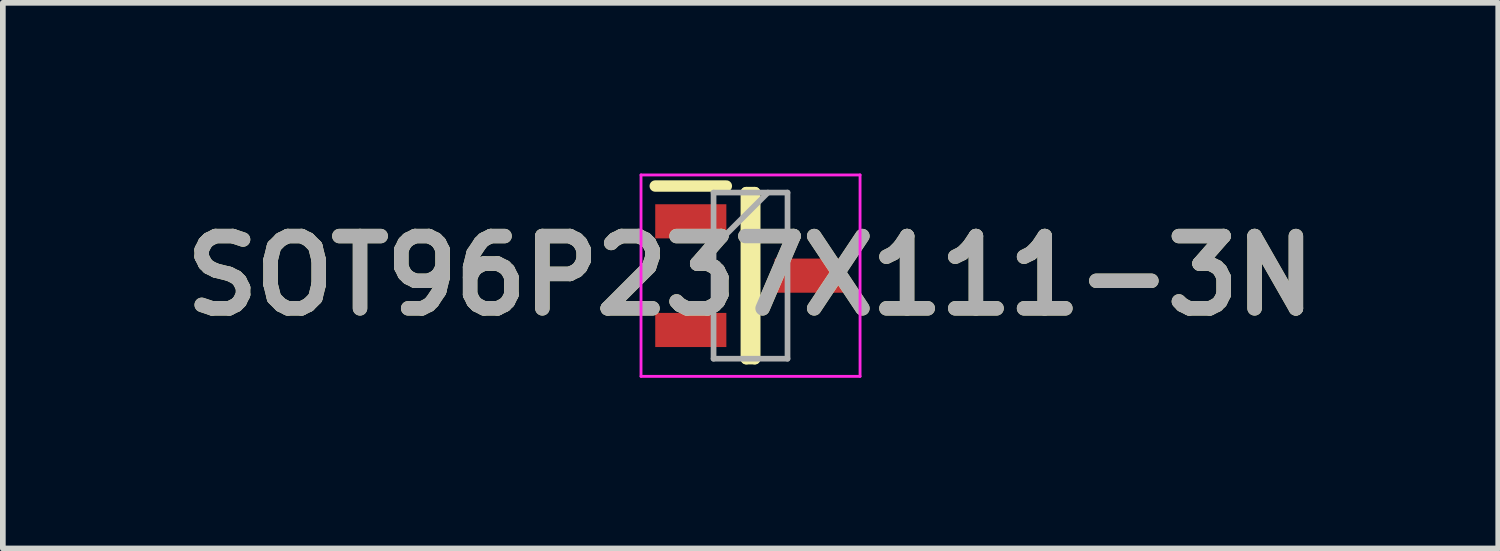
<source format=kicad_pcb>
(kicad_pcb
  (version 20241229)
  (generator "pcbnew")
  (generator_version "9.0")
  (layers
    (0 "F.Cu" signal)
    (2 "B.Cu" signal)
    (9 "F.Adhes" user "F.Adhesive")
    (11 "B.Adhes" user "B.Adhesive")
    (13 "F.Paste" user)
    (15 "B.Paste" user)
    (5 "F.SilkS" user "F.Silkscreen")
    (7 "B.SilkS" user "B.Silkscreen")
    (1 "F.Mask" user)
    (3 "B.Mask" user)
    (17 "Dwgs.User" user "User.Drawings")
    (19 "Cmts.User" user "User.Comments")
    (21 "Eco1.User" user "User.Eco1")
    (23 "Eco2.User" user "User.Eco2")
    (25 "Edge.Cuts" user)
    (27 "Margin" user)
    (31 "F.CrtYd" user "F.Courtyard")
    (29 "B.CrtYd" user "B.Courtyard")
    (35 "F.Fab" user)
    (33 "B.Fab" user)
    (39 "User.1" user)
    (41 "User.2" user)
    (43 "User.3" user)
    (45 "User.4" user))
  (footprint "SOT96P237X111-3N"
    (layer "F.Cu")
    (at 10.142 1.795)
    (property "Reference" "SOT96P237X111-3N" (at 0 0 0) (layer "F.SilkS") (effects (font (size 1.27 1.27) (thickness 0.254))))
    (attr smd)
    (fp_line (start -1.675 -1.575) (end -0.425 -1.575) (stroke (width 0.2) (type solid)) (layer "F.SilkS"))
    (fp_line (start -0.075 -1.46) (end 0.075 -1.46) (stroke (width 0.2) (type solid)) (layer "F.SilkS"))
    (fp_line (start -0.075 1.46) (end -0.075 -1.46) (stroke (width 0.2) (type solid)) (layer "F.SilkS"))
    (fp_line (start 0.075 -1.46) (end 0.075 1.46) (stroke (width 0.2) (type solid)) (layer "F.SilkS"))
    (fp_line (start 0.075 1.46) (end -0.075 1.46) (stroke (width 0.2) (type solid)) (layer "F.SilkS"))
    (fp_line (start -1.925 -1.77) (end 1.925 -1.77) (stroke (width 0.05) (type solid)) (layer "F.CrtYd"))
    (fp_line (start -1.925 1.77) (end -1.925 -1.77) (stroke (width 0.05) (type solid)) (layer "F.CrtYd"))
    (fp_line (start 1.925 -1.77) (end 1.925 1.77) (stroke (width 0.05) (type solid)) (layer "F.CrtYd"))
    (fp_line (start 1.925 1.77) (end -1.925 1.77) (stroke (width 0.05) (type solid)) (layer "F.CrtYd"))
    (fp_line (start -0.65 -1.46) (end 0.65 -1.46) (stroke (width 0.1) (type solid)) (layer "F.Fab"))
    (fp_line (start -0.65 -0.505) (end 0.305 -1.46) (stroke (width 0.1) (type solid)) (layer "F.Fab"))
    (fp_line (start -0.65 1.46) (end -0.65 -1.46) (stroke (width 0.1) (type solid)) (layer "F.Fab"))
    (fp_line (start 0.65 -1.46) (end 0.65 1.46) (stroke (width 0.1) (type solid)) (layer "F.Fab"))
    (fp_line (start 0.65 1.46) (end -0.65 1.46) (stroke (width 0.1) (type solid)) (layer "F.Fab"))
    (fp_text user "${REFERENCE}" (at 0 0 0) (layer "F.Fab") (effects (font (size 1.27 1.27) (thickness 0.254))))
    (pad "1" smd rect (at -1.05 -0.955 90) (size 0.6 1.25) (layers "F.Cu" "F.Mask" "F.Paste"))
    (pad "2" smd rect (at -1.05 0.955 90) (size 0.6 1.25) (layers "F.Cu" "F.Mask" "F.Paste"))
    (pad "3" smd rect (at 1.05 0 90) (size 0.6 1.25) (layers "F.Cu" "F.Mask" "F.Paste"))
    (zone (net_name "") (layer "F.Cu") (name "keepout") (hatch edge 0.5) (connect_pads) (min_thickness 0.25) (filled_areas_thickness no) (keepout (tracks allowed) (vias allowed) (pads allowed) (copperpour not_allowed) (footprints allowed)) (placement (enabled no)) (fill) (polygon (pts (xy 8.217 0.02) (xy 12.067 0.02) (xy 12.067 3.57) (xy 8.217 3.57)))))
  (gr_rect
    (start -3 -3)
    (end 23.284 6.59)
    (stroke (width 0.1) (type default))
    (fill no)
    (layer "Edge.Cuts")))
</source>
